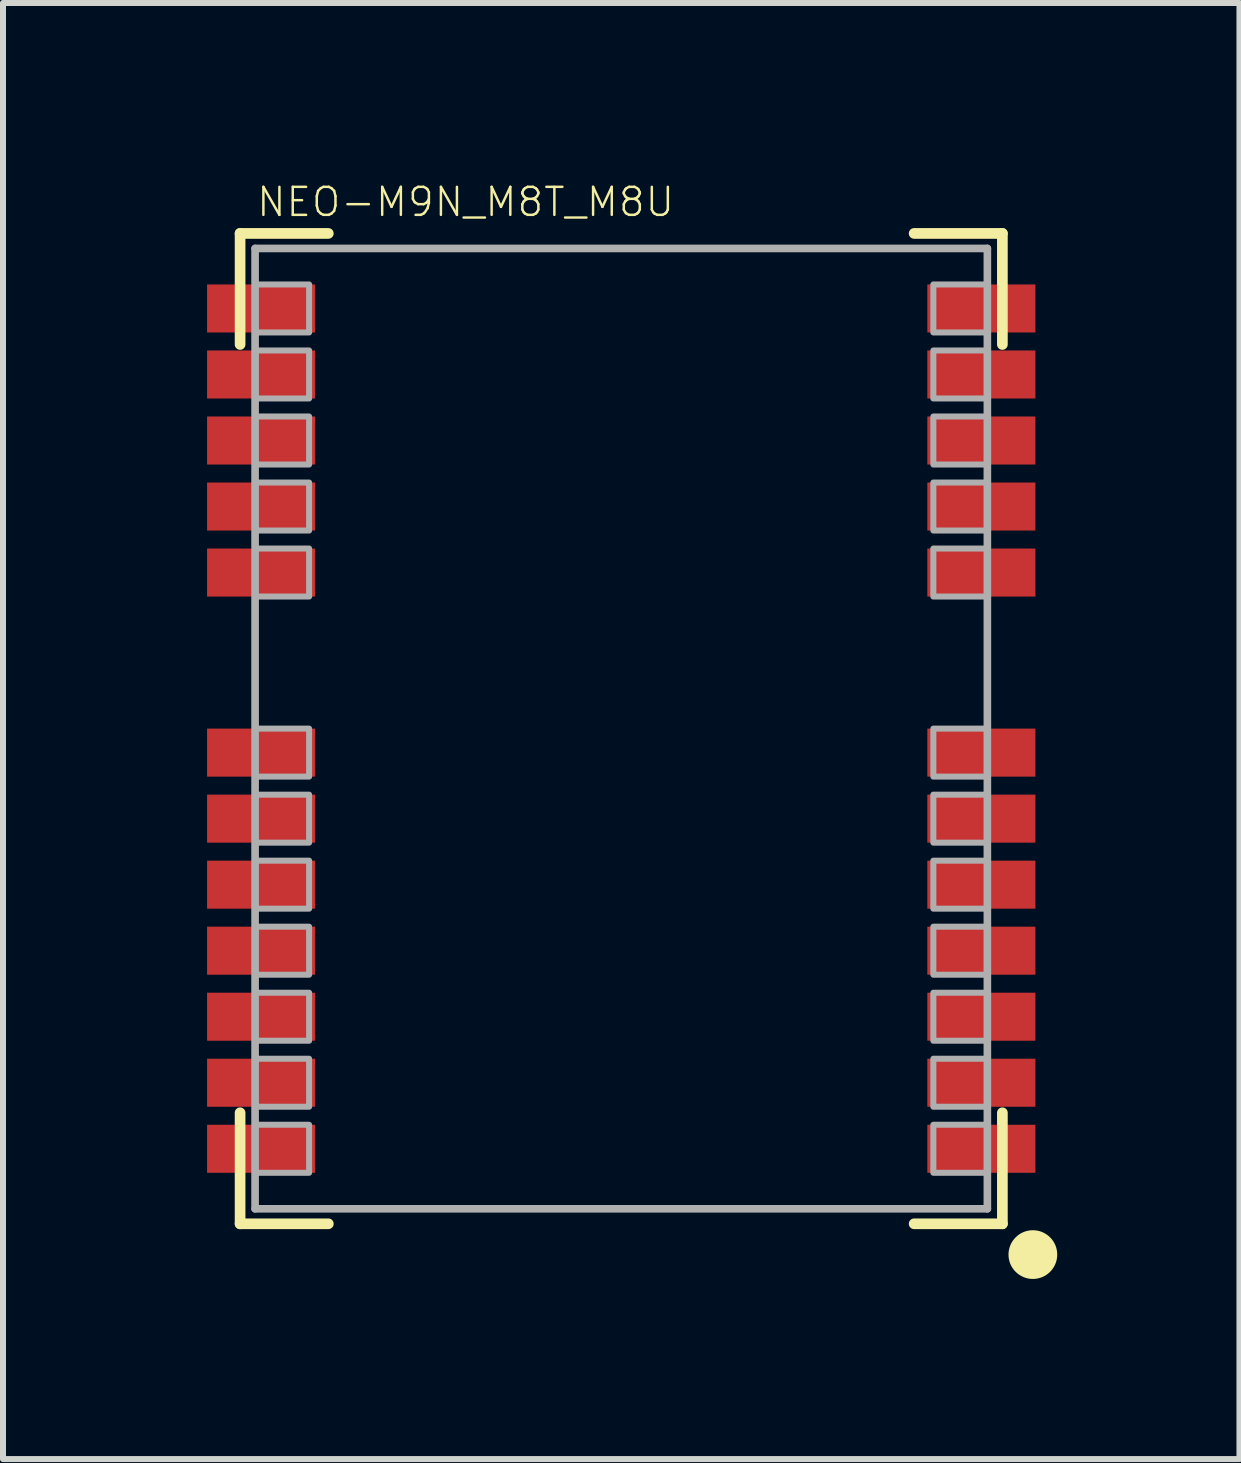
<source format=kicad_pcb>
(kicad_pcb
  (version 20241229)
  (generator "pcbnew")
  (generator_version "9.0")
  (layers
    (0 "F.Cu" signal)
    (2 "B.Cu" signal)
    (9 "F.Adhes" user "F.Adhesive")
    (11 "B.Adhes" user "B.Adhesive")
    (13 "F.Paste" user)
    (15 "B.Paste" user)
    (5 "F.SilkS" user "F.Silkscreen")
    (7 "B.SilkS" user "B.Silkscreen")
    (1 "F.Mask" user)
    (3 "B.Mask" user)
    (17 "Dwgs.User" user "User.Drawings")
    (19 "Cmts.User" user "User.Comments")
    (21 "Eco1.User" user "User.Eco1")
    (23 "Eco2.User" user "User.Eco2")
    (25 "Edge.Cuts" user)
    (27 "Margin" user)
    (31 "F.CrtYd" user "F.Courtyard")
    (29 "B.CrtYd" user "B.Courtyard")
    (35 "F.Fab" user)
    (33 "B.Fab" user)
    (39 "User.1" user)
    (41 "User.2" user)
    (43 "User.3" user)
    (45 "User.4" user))
  (footprint "NEO-M9N_M8T_M8U"
    (layer "F.Cu")
    (at 7.3 9.089)
    (property "Reference" "NEO-M9N_M8T_M8U" (at -6.1 -8.5 0) (unlocked yes) (layer "F.SilkS") (effects (font (size 0.467 0.467) (thickness 0.041)) (justify left bottom)))
    (fp_line (start -6.35 -8.25) (end -4.88 -8.25) (stroke (width 0.178) (type solid)) (layer "F.SilkS"))
    (fp_line (start -6.35 -6.4) (end -6.35 -8.25) (stroke (width 0.178) (type solid)) (layer "F.SilkS"))
    (fp_line (start -6.35 8.25) (end -6.35 6.4) (stroke (width 0.178) (type solid)) (layer "F.SilkS"))
    (fp_line (start -4.88 8.25) (end -6.35 8.25) (stroke (width 0.178) (type solid)) (layer "F.SilkS"))
    (fp_line (start 4.88 -8.25) (end 6.35 -8.25) (stroke (width 0.178) (type solid)) (layer "F.SilkS"))
    (fp_line (start 6.35 -8.25) (end 6.35 -6.4) (stroke (width 0.178) (type solid)) (layer "F.SilkS"))
    (fp_line (start 6.35 6.4) (end 6.35 8.25) (stroke (width 0.178) (type solid)) (layer "F.SilkS"))
    (fp_line (start 6.35 8.25) (end 4.88 8.25) (stroke (width 0.178) (type solid)) (layer "F.SilkS"))
    (fp_circle (center 6.858 8.763) (end 7.061 8.763) (stroke (width 0.406) (type solid)) (fill yes) (layer "F.SilkS"))
    (fp_poly (pts (xy -6.1 -7.4) (xy -7.3 -7.4) (xy -7.3 -6.6) (xy -6.1 -6.6)) (stroke (width 0) (type default)) (fill yes) (layer "F.Paste"))
    (fp_poly (pts (xy -6.1 -6.3) (xy -7.3 -6.3) (xy -7.3 -5.5) (xy -6.1 -5.5)) (stroke (width 0) (type default)) (fill yes) (layer "F.Paste"))
    (fp_poly (pts (xy -6.1 -5.2) (xy -7.3 -5.2) (xy -7.3 -4.4) (xy -6.1 -4.4)) (stroke (width 0) (type default)) (fill yes) (layer "F.Paste"))
    (fp_poly (pts (xy -6.1 -4.1) (xy -7.3 -4.1) (xy -7.3 -3.3) (xy -6.1 -3.3)) (stroke (width 0) (type default)) (fill yes) (layer "F.Paste"))
    (fp_poly (pts (xy -6.1 -3) (xy -7.3 -3) (xy -7.3 -2.2) (xy -6.1 -2.2)) (stroke (width 0) (type default)) (fill yes) (layer "F.Paste"))
    (fp_poly (pts (xy -6.1 0) (xy -7.3 0) (xy -7.3 0.8) (xy -6.1 0.8)) (stroke (width 0) (type default)) (fill yes) (layer "F.Paste"))
    (fp_poly (pts (xy -6.1 1.1) (xy -7.3 1.1) (xy -7.3 1.9) (xy -6.1 1.9)) (stroke (width 0) (type default)) (fill yes) (layer "F.Paste"))
    (fp_poly (pts (xy -6.1 2.2) (xy -7.3 2.2) (xy -7.3 3) (xy -6.1 3)) (stroke (width 0) (type default)) (fill yes) (layer "F.Paste"))
    (fp_poly (pts (xy -6.1 3.3) (xy -7.3 3.3) (xy -7.3 4.1) (xy -6.1 4.1)) (stroke (width 0) (type default)) (fill yes) (layer "F.Paste"))
    (fp_poly (pts (xy -6.1 4.4) (xy -7.3 4.4) (xy -7.3 5.2) (xy -6.1 5.2)) (stroke (width 0) (type default)) (fill yes) (layer "F.Paste"))
    (fp_poly (pts (xy -6.1 5.5) (xy -7.3 5.5) (xy -7.3 6.3) (xy -6.1 6.3)) (stroke (width 0) (type default)) (fill yes) (layer "F.Paste"))
    (fp_poly (pts (xy -6.1 6.6) (xy -7.3 6.6) (xy -7.3 7.4) (xy -6.1 7.4)) (stroke (width 0) (type default)) (fill yes) (layer "F.Paste"))
    (fp_poly (pts (xy -5.2 -7.3) (xy -6.1 -7.3) (xy -6.1 -6.7) (xy -5.2 -6.7)) (stroke (width 0) (type default)) (fill yes) (layer "F.Paste"))
    (fp_poly (pts (xy -5.2 -6.2) (xy -6.1 -6.2) (xy -6.1 -5.6) (xy -5.2 -5.6)) (stroke (width 0) (type default)) (fill yes) (layer "F.Paste"))
    (fp_poly (pts (xy -5.2 -5.1) (xy -6.1 -5.1) (xy -6.1 -4.5) (xy -5.2 -4.5)) (stroke (width 0) (type default)) (fill yes) (layer "F.Paste"))
    (fp_poly (pts (xy -5.2 -4) (xy -6.1 -4) (xy -6.1 -3.4) (xy -5.2 -3.4)) (stroke (width 0) (type default)) (fill yes) (layer "F.Paste"))
    (fp_poly (pts (xy -5.2 -2.9) (xy -6.1 -2.9) (xy -6.1 -2.3) (xy -5.2 -2.3)) (stroke (width 0) (type default)) (fill yes) (layer "F.Paste"))
    (fp_poly (pts (xy -5.2 0.1) (xy -6.1 0.1) (xy -6.1 0.7) (xy -5.2 0.7)) (stroke (width 0) (type default)) (fill yes) (layer "F.Paste"))
    (fp_poly (pts (xy -5.2 1.2) (xy -6.1 1.2) (xy -6.1 1.8) (xy -5.2 1.8)) (stroke (width 0) (type default)) (fill yes) (layer "F.Paste"))
    (fp_poly (pts (xy -5.2 2.3) (xy -6.1 2.3) (xy -6.1 2.9) (xy -5.2 2.9)) (stroke (width 0) (type default)) (fill yes) (layer "F.Paste"))
    (fp_poly (pts (xy -5.2 3.4) (xy -6.1 3.4) (xy -6.1 4) (xy -5.2 4)) (stroke (width 0) (type default)) (fill yes) (layer "F.Paste"))
    (fp_poly (pts (xy -5.2 4.5) (xy -6.1 4.5) (xy -6.1 5.1) (xy -5.2 5.1)) (stroke (width 0) (type default)) (fill yes) (layer "F.Paste"))
    (fp_poly (pts (xy -5.2 5.6) (xy -6.1 5.6) (xy -6.1 6.2) (xy -5.2 6.2)) (stroke (width 0) (type default)) (fill yes) (layer "F.Paste"))
    (fp_poly (pts (xy -5.2 6.7) (xy -6.1 6.7) (xy -6.1 7.3) (xy -5.2 7.3)) (stroke (width 0) (type default)) (fill yes) (layer "F.Paste"))
    (fp_poly (pts (xy 5.2 -6.7) (xy 6.1 -6.7) (xy 6.1 -7.3) (xy 5.2 -7.3)) (stroke (width 0) (type default)) (fill yes) (layer "F.Paste"))
    (fp_poly (pts (xy 5.2 -5.6) (xy 6.1 -5.6) (xy 6.1 -6.2) (xy 5.2 -6.2)) (stroke (width 0) (type default)) (fill yes) (layer "F.Paste"))
    (fp_poly (pts (xy 5.2 -4.5) (xy 6.1 -4.5) (xy 6.1 -5.1) (xy 5.2 -5.1)) (stroke (width 0) (type default)) (fill yes) (layer "F.Paste"))
    (fp_poly (pts (xy 5.2 -3.4) (xy 6.1 -3.4) (xy 6.1 -4) (xy 5.2 -4)) (stroke (width 0) (type default)) (fill yes) (layer "F.Paste"))
    (fp_poly (pts (xy 5.2 -2.3) (xy 6.1 -2.3) (xy 6.1 -2.9) (xy 5.2 -2.9)) (stroke (width 0) (type default)) (fill yes) (layer "F.Paste"))
    (fp_poly (pts (xy 5.2 0.7) (xy 6.1 0.7) (xy 6.1 0.1) (xy 5.2 0.1)) (stroke (width 0) (type default)) (fill yes) (layer "F.Paste"))
    (fp_poly (pts (xy 5.2 1.8) (xy 6.1 1.8) (xy 6.1 1.2) (xy 5.2 1.2)) (stroke (width 0) (type default)) (fill yes) (layer "F.Paste"))
    (fp_poly (pts (xy 5.2 2.9) (xy 6.1 2.9) (xy 6.1 2.3) (xy 5.2 2.3)) (stroke (width 0) (type default)) (fill yes) (layer "F.Paste"))
    (fp_poly (pts (xy 5.2 4) (xy 6.1 4) (xy 6.1 3.4) (xy 5.2 3.4)) (stroke (width 0) (type default)) (fill yes) (layer "F.Paste"))
    (fp_poly (pts (xy 5.2 5.1) (xy 6.1 5.1) (xy 6.1 4.5) (xy 5.2 4.5)) (stroke (width 0) (type default)) (fill yes) (layer "F.Paste"))
    (fp_poly (pts (xy 5.2 6.2) (xy 6.1 6.2) (xy 6.1 5.6) (xy 5.2 5.6)) (stroke (width 0) (type default)) (fill yes) (layer "F.Paste"))
    (fp_poly (pts (xy 5.2 7.3) (xy 6.1 7.3) (xy 6.1 6.7) (xy 5.2 6.7)) (stroke (width 0) (type default)) (fill yes) (layer "F.Paste"))
    (fp_poly (pts (xy 6.1 -6.6) (xy 7.3 -6.6) (xy 7.3 -7.4) (xy 6.1 -7.4)) (stroke (width 0) (type default)) (fill yes) (layer "F.Paste"))
    (fp_poly (pts (xy 6.1 -5.5) (xy 7.3 -5.5) (xy 7.3 -6.3) (xy 6.1 -6.3)) (stroke (width 0) (type default)) (fill yes) (layer "F.Paste"))
    (fp_poly (pts (xy 6.1 -4.4) (xy 7.3 -4.4) (xy 7.3 -5.2) (xy 6.1 -5.2)) (stroke (width 0) (type default)) (fill yes) (layer "F.Paste"))
    (fp_poly (pts (xy 6.1 -3.3) (xy 7.3 -3.3) (xy 7.3 -4.1) (xy 6.1 -4.1)) (stroke (width 0) (type default)) (fill yes) (layer "F.Paste"))
    (fp_poly (pts (xy 6.1 -2.2) (xy 7.3 -2.2) (xy 7.3 -3) (xy 6.1 -3)) (stroke (width 0) (type default)) (fill yes) (layer "F.Paste"))
    (fp_poly (pts (xy 6.1 0.8) (xy 7.3 0.8) (xy 7.3 0) (xy 6.1 0)) (stroke (width 0) (type default)) (fill yes) (layer "F.Paste"))
    (fp_poly (pts (xy 6.1 1.9) (xy 7.3 1.9) (xy 7.3 1.1) (xy 6.1 1.1)) (stroke (width 0) (type default)) (fill yes) (layer "F.Paste"))
    (fp_poly (pts (xy 6.1 3) (xy 7.3 3) (xy 7.3 2.2) (xy 6.1 2.2)) (stroke (width 0) (type default)) (fill yes) (layer "F.Paste"))
    (fp_poly (pts (xy 6.1 4.1) (xy 7.3 4.1) (xy 7.3 3.3) (xy 6.1 3.3)) (stroke (width 0) (type default)) (fill yes) (layer "F.Paste"))
    (fp_poly (pts (xy 6.1 5.2) (xy 7.3 5.2) (xy 7.3 4.4) (xy 6.1 4.4)) (stroke (width 0) (type default)) (fill yes) (layer "F.Paste"))
    (fp_poly (pts (xy 6.1 6.3) (xy 7.3 6.3) (xy 7.3 5.5) (xy 6.1 5.5)) (stroke (width 0) (type default)) (fill yes) (layer "F.Paste"))
    (fp_poly (pts (xy 6.1 7.4) (xy 7.3 7.4) (xy 7.3 6.6) (xy 6.1 6.6)) (stroke (width 0) (type default)) (fill yes) (layer "F.Paste"))
    (fp_line (start -6.1 -8) (end 6.1 -8) (stroke (width 0.127) (type solid)) (layer "F.Fab"))
    (fp_line (start -6.1 8) (end -6.1 -8) (stroke (width 0.127) (type solid)) (layer "F.Fab"))
    (fp_line (start 6.1 -8) (end 6.1 8) (stroke (width 0.127) (type solid)) (layer "F.Fab"))
    (fp_line (start 6.1 8) (end -6.1 8) (stroke (width 0.127) (type solid)) (layer "F.Fab"))
    (fp_poly (pts (xy -6.1 -6.6) (xy -5.2 -6.6) (xy -5.2 -7.4) (xy -6.1 -7.4)) (stroke (width 0.1) (type default)) (fill no) (layer "F.Fab"))
    (fp_poly (pts (xy -6.1 -5.5) (xy -5.2 -5.5) (xy -5.2 -6.3) (xy -6.1 -6.3)) (stroke (width 0.1) (type default)) (fill no) (layer "F.Fab"))
    (fp_poly (pts (xy -6.1 -4.4) (xy -5.2 -4.4) (xy -5.2 -5.2) (xy -6.1 -5.2)) (stroke (width 0.1) (type default)) (fill no) (layer "F.Fab"))
    (fp_poly (pts (xy -6.1 -3.3) (xy -5.2 -3.3) (xy -5.2 -4.1) (xy -6.1 -4.1)) (stroke (width 0.1) (type default)) (fill no) (layer "F.Fab"))
    (fp_poly (pts (xy -6.1 -2.2) (xy -5.2 -2.2) (xy -5.2 -3) (xy -6.1 -3)) (stroke (width 0.1) (type default)) (fill no) (layer "F.Fab"))
    (fp_poly (pts (xy -6.1 0.8) (xy -5.2 0.8) (xy -5.2 0) (xy -6.1 0)) (stroke (width 0.1) (type default)) (fill no) (layer "F.Fab"))
    (fp_poly (pts (xy -6.1 1.9) (xy -5.2 1.9) (xy -5.2 1.1) (xy -6.1 1.1)) (stroke (width 0.1) (type default)) (fill no) (layer "F.Fab"))
    (fp_poly (pts (xy -6.1 3) (xy -5.2 3) (xy -5.2 2.2) (xy -6.1 2.2)) (stroke (width 0.1) (type default)) (fill no) (layer "F.Fab"))
    (fp_poly (pts (xy -6.1 4.1) (xy -5.2 4.1) (xy -5.2 3.3) (xy -6.1 3.3)) (stroke (width 0.1) (type default)) (fill no) (layer "F.Fab"))
    (fp_poly (pts (xy -6.1 5.2) (xy -5.2 5.2) (xy -5.2 4.4) (xy -6.1 4.4)) (stroke (width 0.1) (type default)) (fill no) (layer "F.Fab"))
    (fp_poly (pts (xy -6.1 6.3) (xy -5.2 6.3) (xy -5.2 5.5) (xy -6.1 5.5)) (stroke (width 0.1) (type default)) (fill no) (layer "F.Fab"))
    (fp_poly (pts (xy -6.1 7.4) (xy -5.2 7.4) (xy -5.2 6.6) (xy -6.1 6.6)) (stroke (width 0.1) (type default)) (fill no) (layer "F.Fab"))
    (fp_poly (pts (xy 5.2 -6.6) (xy 6.1 -6.6) (xy 6.1 -7.4) (xy 5.2 -7.4)) (stroke (width 0.1) (type default)) (fill no) (layer "F.Fab"))
    (fp_poly (pts (xy 5.2 -5.5) (xy 6.1 -5.5) (xy 6.1 -6.3) (xy 5.2 -6.3)) (stroke (width 0.1) (type default)) (fill no) (layer "F.Fab"))
    (fp_poly (pts (xy 5.2 -4.4) (xy 6.1 -4.4) (xy 6.1 -5.2) (xy 5.2 -5.2)) (stroke (width 0.1) (type default)) (fill no) (layer "F.Fab"))
    (fp_poly (pts (xy 5.2 -3.3) (xy 6.1 -3.3) (xy 6.1 -4.1) (xy 5.2 -4.1)) (stroke (width 0.1) (type default)) (fill no) (layer "F.Fab"))
    (fp_poly (pts (xy 5.2 -2.2) (xy 6.1 -2.2) (xy 6.1 -3) (xy 5.2 -3)) (stroke (width 0.1) (type default)) (fill no) (layer "F.Fab"))
    (fp_poly (pts (xy 5.2 0.8) (xy 6.1 0.8) (xy 6.1 0) (xy 5.2 0)) (stroke (width 0.1) (type default)) (fill no) (layer "F.Fab"))
    (fp_poly (pts (xy 5.2 1.9) (xy 6.1 1.9) (xy 6.1 1.1) (xy 5.2 1.1)) (stroke (width 0.1) (type default)) (fill no) (layer "F.Fab"))
    (fp_poly (pts (xy 5.2 3) (xy 6.1 3) (xy 6.1 2.2) (xy 5.2 2.2)) (stroke (width 0.1) (type default)) (fill no) (layer "F.Fab"))
    (fp_poly (pts (xy 5.2 4.1) (xy 6.1 4.1) (xy 6.1 3.3) (xy 5.2 3.3)) (stroke (width 0.1) (type default)) (fill no) (layer "F.Fab"))
    (fp_poly (pts (xy 5.2 5.2) (xy 6.1 5.2) (xy 6.1 4.4) (xy 5.2 4.4)) (stroke (width 0.1) (type default)) (fill no) (layer "F.Fab"))
    (fp_poly (pts (xy 5.2 6.3) (xy 6.1 6.3) (xy 6.1 5.5) (xy 5.2 5.5)) (stroke (width 0.1) (type default)) (fill no) (layer "F.Fab"))
    (fp_poly (pts (xy 5.2 7.4) (xy 6.1 7.4) (xy 6.1 6.6) (xy 5.2 6.6)) (stroke (width 0.1) (type default)) (fill no) (layer "F.Fab"))
    (pad "1" smd rect (at 6 7) (size 1.8 0.8) (layers "F.Cu" "F.Mask"))
    (pad "2" smd rect (at 6 5.9) (size 1.8 0.8) (layers "F.Cu" "F.Mask"))
    (pad "3" smd rect (at 6 4.8) (size 1.8 0.8) (layers "F.Cu" "F.Mask"))
    (pad "4" smd rect (at 6 3.7) (size 1.8 0.8) (layers "F.Cu" "F.Mask"))
    (pad "5" smd rect (at 6 2.6) (size 1.8 0.8) (layers "F.Cu" "F.Mask"))
    (pad "6" smd rect (at 6 1.5) (size 1.8 0.8) (layers "F.Cu" "F.Mask"))
    (pad "7" smd rect (at 6 0.4) (size 1.8 0.8) (layers "F.Cu" "F.Mask"))
    (pad "8" smd rect (at 6 -2.6) (size 1.8 0.8) (layers "F.Cu" "F.Mask"))
    (pad "9" smd rect (at 6 -3.7) (size 1.8 0.8) (layers "F.Cu" "F.Mask"))
    (pad "10" smd rect (at 6 -4.8) (size 1.8 0.8) (layers "F.Cu" "F.Mask"))
    (pad "11" smd rect (at 6 -5.9) (size 1.8 0.8) (layers "F.Cu" "F.Mask"))
    (pad "12" smd rect (at 6 -7) (size 1.8 0.8) (layers "F.Cu" "F.Mask"))
    (pad "13" smd rect (at -6 -7 180) (size 1.8 0.8) (layers "F.Cu" "F.Mask"))
    (pad "14" smd rect (at -6 -5.9 180) (size 1.8 0.8) (layers "F.Cu" "F.Mask"))
    (pad "15" smd rect (at -6 -4.8 180) (size 1.8 0.8) (layers "F.Cu" "F.Mask"))
    (pad "16" smd rect (at -6 -3.7 180) (size 1.8 0.8) (layers "F.Cu" "F.Mask"))
    (pad "17" smd rect (at -6 -2.6 180) (size 1.8 0.8) (layers "F.Cu" "F.Mask"))
    (pad "18" smd rect (at -6 0.4 180) (size 1.8 0.8) (layers "F.Cu" "F.Mask"))
    (pad "19" smd rect (at -6 1.5 180) (size 1.8 0.8) (layers "F.Cu" "F.Mask"))
    (pad "20" smd rect (at -6 2.6 180) (size 1.8 0.8) (layers "F.Cu" "F.Mask"))
    (pad "21" smd rect (at -6 3.7 180) (size 1.8 0.8) (layers "F.Cu" "F.Mask"))
    (pad "22" smd rect (at -6 4.8 180) (size 1.8 0.8) (layers "F.Cu" "F.Mask"))
    (pad "23" smd rect (at -6 5.9 180) (size 1.8 0.8) (layers "F.Cu" "F.Mask"))
    (pad "24" smd rect (at -6 7 180) (size 1.8 0.8) (layers "F.Cu" "F.Mask")))
  (gr_rect
    (start -3 -3)
    (end 17.6 21.259)
    (stroke (width 0.1) (type default))
    (fill no)
    (layer "Edge.Cuts")))
</source>
